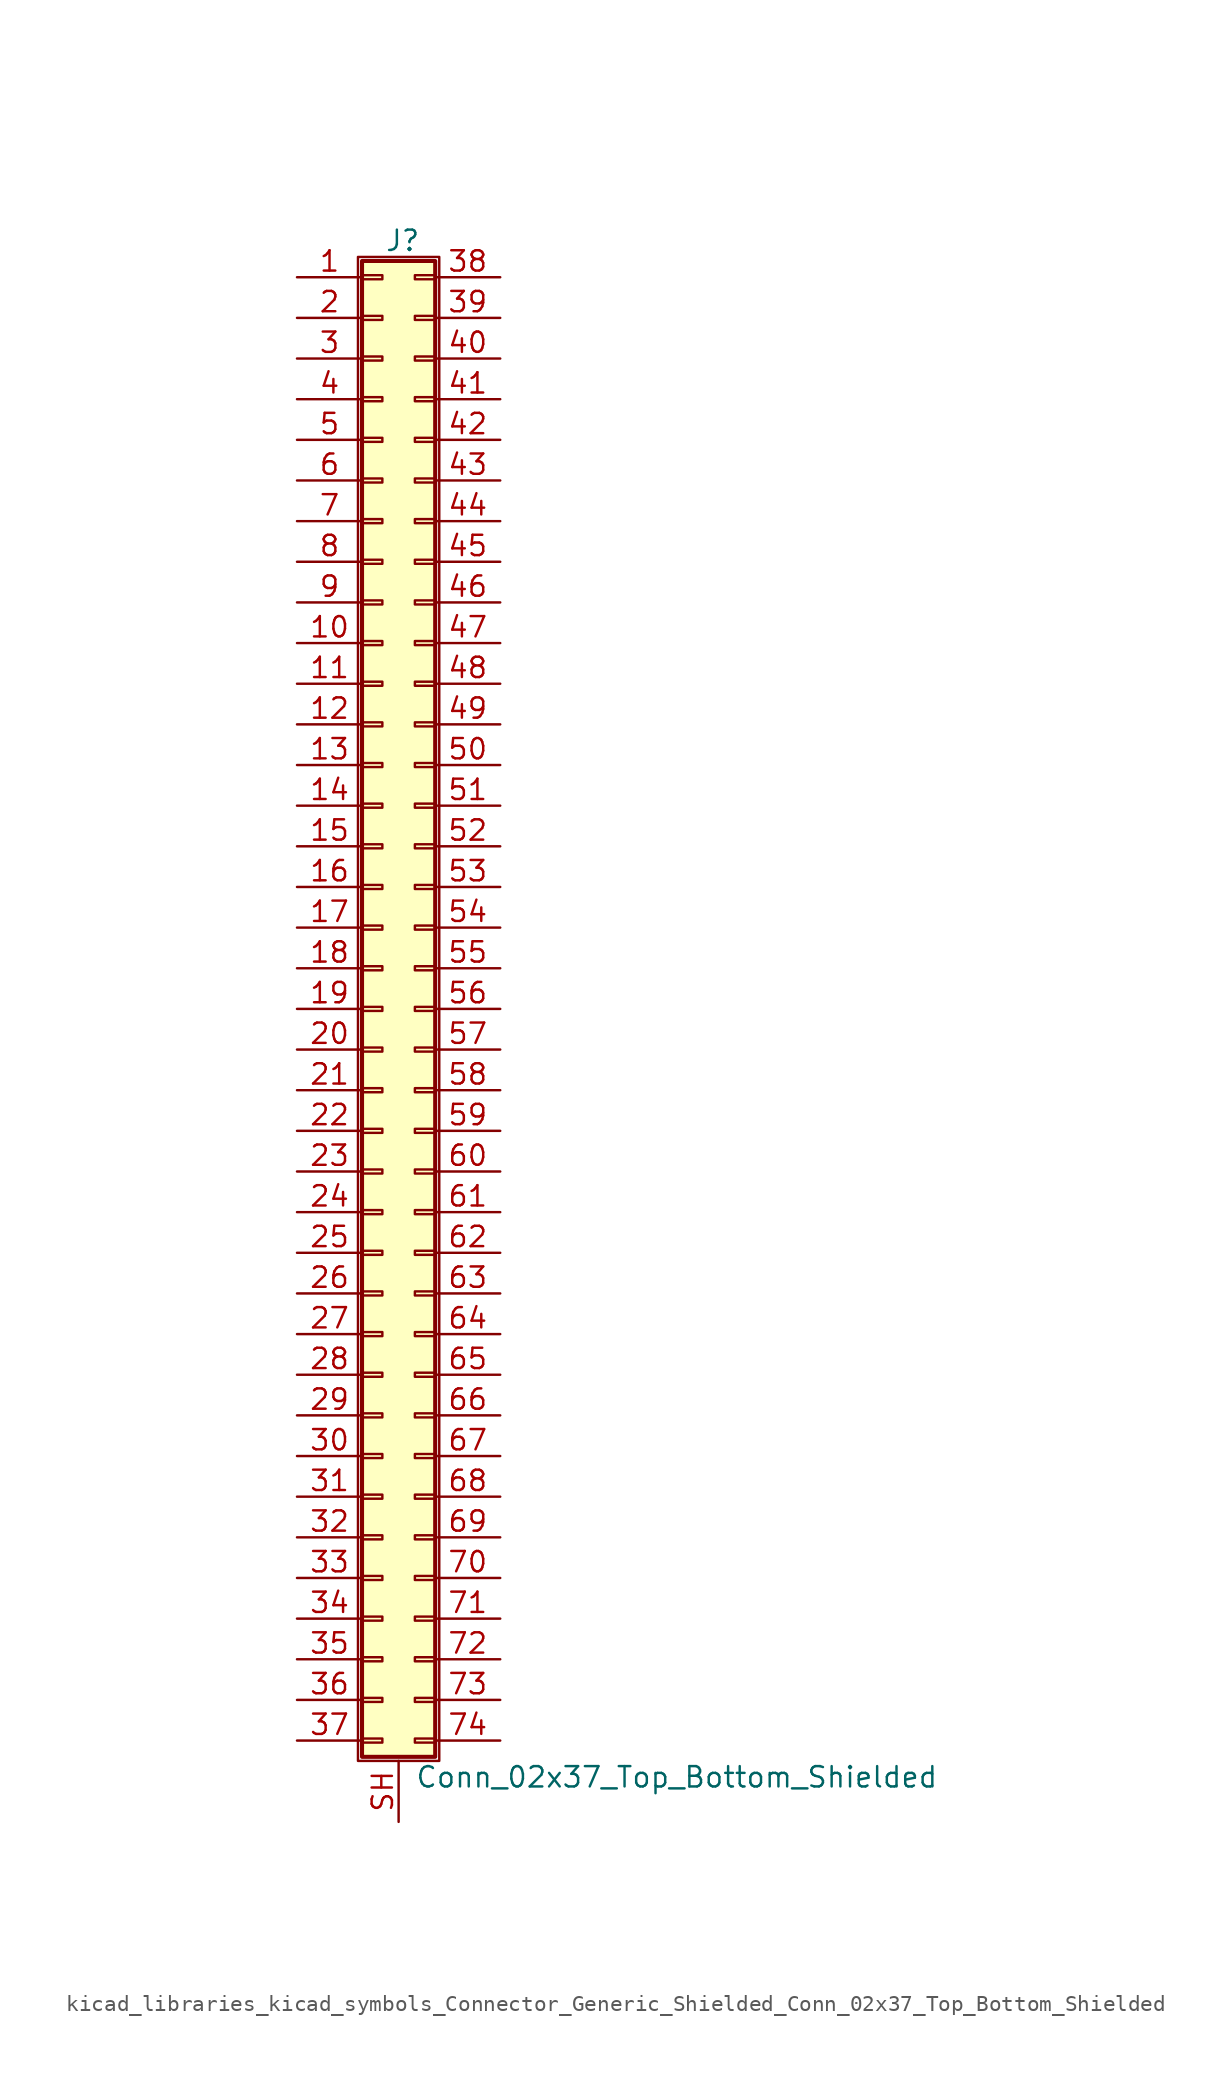
<source format=kicad_sym>
(kicad_symbol_lib
  (version 20220914)
  (generator kicad_symbol_editor)
  (symbol "kicad_libraries_kicad_symbols_Connector_Generic_Shielded_Conn_02x37_Top_Bottom_Shielded"
    (pin_names
      (offset 1.016) hide)
    (property "Reference" "J"
      (at 1.524 48.006 0)
      (effects (font (size 1.27 1.27))))
    (property "Value" "Conn_02x37_Top_Bottom_Shielded"
      (at 2.286 -48.006 0)
      (effects (font (size 1.27 1.27)) (justify left)))
    (symbol "kicad_libraries_kicad_symbols_Connector_Generic_Shielded_Conn_02x37_Top_Bottom_Shielded_1_1"
      (rectangle (start -1.27 46.99) (end 3.81 -46.99) (stroke (width 0.152) (type default)) (fill (type none)))
      (rectangle (start -1.016 -45.593) (end 0.254 -45.847) (stroke (width 0.152) (type default)) (fill (type none)))
      (rectangle (start -1.016 -43.053) (end 0.254 -43.307) (stroke (width 0.152) (type default)) (fill (type none)))
      (rectangle (start -1.016 -40.513) (end 0.254 -40.767) (stroke (width 0.152) (type default)) (fill (type none)))
      (rectangle (start -1.016 -37.973) (end 0.254 -38.227) (stroke (width 0.152) (type default)) (fill (type none)))
      (rectangle (start -1.016 -35.433) (end 0.254 -35.687) (stroke (width 0.152) (type default)) (fill (type none)))
      (rectangle (start -1.016 -32.893) (end 0.254 -33.147) (stroke (width 0.152) (type default)) (fill (type none)))
      (rectangle (start -1.016 -30.353) (end 0.254 -30.607) (stroke (width 0.152) (type default)) (fill (type none)))
      (rectangle (start -1.016 -27.813) (end 0.254 -28.067) (stroke (width 0.152) (type default)) (fill (type none)))
      (rectangle (start -1.016 -25.273) (end 0.254 -25.527) (stroke (width 0.152) (type default)) (fill (type none)))
      (rectangle (start -1.016 -22.733) (end 0.254 -22.987) (stroke (width 0.152) (type default)) (fill (type none)))
      (rectangle (start -1.016 -20.193) (end 0.254 -20.447) (stroke (width 0.152) (type default)) (fill (type none)))
      (rectangle (start -1.016 -17.653) (end 0.254 -17.907) (stroke (width 0.152) (type default)) (fill (type none)))
      (rectangle (start -1.016 -15.113) (end 0.254 -15.367) (stroke (width 0.152) (type default)) (fill (type none)))
      (rectangle (start -1.016 -12.573) (end 0.254 -12.827) (stroke (width 0.152) (type default)) (fill (type none)))
      (rectangle (start -1.016 -10.033) (end 0.254 -10.287) (stroke (width 0.152) (type default)) (fill (type none)))
      (rectangle (start -1.016 -7.493) (end 0.254 -7.747) (stroke (width 0.152) (type default)) (fill (type none)))
      (rectangle (start -1.016 -4.953) (end 0.254 -5.207) (stroke (width 0.152) (type default)) (fill (type none)))
      (rectangle (start -1.016 -2.413) (end 0.254 -2.667) (stroke (width 0.152) (type default)) (fill (type none)))
      (rectangle (start -1.016 0.127) (end 0.254 -0.127) (stroke (width 0.152) (type default)) (fill (type none)))
      (rectangle (start -1.016 2.667) (end 0.254 2.413) (stroke (width 0.152) (type default)) (fill (type none)))
      (rectangle (start -1.016 5.207) (end 0.254 4.953) (stroke (width 0.152) (type default)) (fill (type none)))
      (rectangle (start -1.016 7.747) (end 0.254 7.493) (stroke (width 0.152) (type default)) (fill (type none)))
      (rectangle (start -1.016 10.287) (end 0.254 10.033) (stroke (width 0.152) (type default)) (fill (type none)))
      (rectangle (start -1.016 12.827) (end 0.254 12.573) (stroke (width 0.152) (type default)) (fill (type none)))
      (rectangle (start -1.016 15.367) (end 0.254 15.113) (stroke (width 0.152) (type default)) (fill (type none)))
      (rectangle (start -1.016 17.907) (end 0.254 17.653) (stroke (width 0.152) (type default)) (fill (type none)))
      (rectangle (start -1.016 20.447) (end 0.254 20.193) (stroke (width 0.152) (type default)) (fill (type none)))
      (rectangle (start -1.016 22.987) (end 0.254 22.733) (stroke (width 0.152) (type default)) (fill (type none)))
      (rectangle (start -1.016 25.527) (end 0.254 25.273) (stroke (width 0.152) (type default)) (fill (type none)))
      (rectangle (start -1.016 28.067) (end 0.254 27.813) (stroke (width 0.152) (type default)) (fill (type none)))
      (rectangle (start -1.016 30.607) (end 0.254 30.353) (stroke (width 0.152) (type default)) (fill (type none)))
      (rectangle (start -1.016 33.147) (end 0.254 32.893) (stroke (width 0.152) (type default)) (fill (type none)))
      (rectangle (start -1.016 35.687) (end 0.254 35.433) (stroke (width 0.152) (type default)) (fill (type none)))
      (rectangle (start -1.016 38.227) (end 0.254 37.973) (stroke (width 0.152) (type default)) (fill (type none)))
      (rectangle (start -1.016 40.767) (end 0.254 40.513) (stroke (width 0.152) (type default)) (fill (type none)))
      (rectangle (start -1.016 43.307) (end 0.254 43.053) (stroke (width 0.152) (type default)) (fill (type none)))
      (rectangle (start -1.016 45.847) (end 0.254 45.593) (stroke (width 0.152) (type default)) (fill (type none)))
      (rectangle (start -1.016 46.736) (end 3.556 -46.736) (stroke (width 0.254) (type default)) (fill (type background)))
      (rectangle (start 3.556 -45.593) (end 2.286 -45.847) (stroke (width 0.152) (type default)) (fill (type none)))
      (rectangle (start 3.556 -43.053) (end 2.286 -43.307) (stroke (width 0.152) (type default)) (fill (type none)))
      (rectangle (start 3.556 -40.513) (end 2.286 -40.767) (stroke (width 0.152) (type default)) (fill (type none)))
      (rectangle (start 3.556 -37.973) (end 2.286 -38.227) (stroke (width 0.152) (type default)) (fill (type none)))
      (rectangle (start 3.556 -35.433) (end 2.286 -35.687) (stroke (width 0.152) (type default)) (fill (type none)))
      (rectangle (start 3.556 -32.893) (end 2.286 -33.147) (stroke (width 0.152) (type default)) (fill (type none)))
      (rectangle (start 3.556 -30.353) (end 2.286 -30.607) (stroke (width 0.152) (type default)) (fill (type none)))
      (rectangle (start 3.556 -27.813) (end 2.286 -28.067) (stroke (width 0.152) (type default)) (fill (type none)))
      (rectangle (start 3.556 -25.273) (end 2.286 -25.527) (stroke (width 0.152) (type default)) (fill (type none)))
      (rectangle (start 3.556 -22.733) (end 2.286 -22.987) (stroke (width 0.152) (type default)) (fill (type none)))
      (rectangle (start 3.556 -20.193) (end 2.286 -20.447) (stroke (width 0.152) (type default)) (fill (type none)))
      (rectangle (start 3.556 -17.653) (end 2.286 -17.907) (stroke (width 0.152) (type default)) (fill (type none)))
      (rectangle (start 3.556 -15.113) (end 2.286 -15.367) (stroke (width 0.152) (type default)) (fill (type none)))
      (rectangle (start 3.556 -12.573) (end 2.286 -12.827) (stroke (width 0.152) (type default)) (fill (type none)))
      (rectangle (start 3.556 -10.033) (end 2.286 -10.287) (stroke (width 0.152) (type default)) (fill (type none)))
      (rectangle (start 3.556 -7.493) (end 2.286 -7.747) (stroke (width 0.152) (type default)) (fill (type none)))
      (rectangle (start 3.556 -4.953) (end 2.286 -5.207) (stroke (width 0.152) (type default)) (fill (type none)))
      (rectangle (start 3.556 -2.413) (end 2.286 -2.667) (stroke (width 0.152) (type default)) (fill (type none)))
      (rectangle (start 3.556 0.127) (end 2.286 -0.127) (stroke (width 0.152) (type default)) (fill (type none)))
      (rectangle (start 3.556 2.667) (end 2.286 2.413) (stroke (width 0.152) (type default)) (fill (type none)))
      (rectangle (start 3.556 5.207) (end 2.286 4.953) (stroke (width 0.152) (type default)) (fill (type none)))
      (rectangle (start 3.556 7.747) (end 2.286 7.493) (stroke (width 0.152) (type default)) (fill (type none)))
      (rectangle (start 3.556 10.287) (end 2.286 10.033) (stroke (width 0.152) (type default)) (fill (type none)))
      (rectangle (start 3.556 12.827) (end 2.286 12.573) (stroke (width 0.152) (type default)) (fill (type none)))
      (rectangle (start 3.556 15.367) (end 2.286 15.113) (stroke (width 0.152) (type default)) (fill (type none)))
      (rectangle (start 3.556 17.907) (end 2.286 17.653) (stroke (width 0.152) (type default)) (fill (type none)))
      (rectangle (start 3.556 20.447) (end 2.286 20.193) (stroke (width 0.152) (type default)) (fill (type none)))
      (rectangle (start 3.556 22.987) (end 2.286 22.733) (stroke (width 0.152) (type default)) (fill (type none)))
      (rectangle (start 3.556 25.527) (end 2.286 25.273) (stroke (width 0.152) (type default)) (fill (type none)))
      (rectangle (start 3.556 28.067) (end 2.286 27.813) (stroke (width 0.152) (type default)) (fill (type none)))
      (rectangle (start 3.556 30.607) (end 2.286 30.353) (stroke (width 0.152) (type default)) (fill (type none)))
      (rectangle (start 3.556 33.147) (end 2.286 32.893) (stroke (width 0.152) (type default)) (fill (type none)))
      (rectangle (start 3.556 35.687) (end 2.286 35.433) (stroke (width 0.152) (type default)) (fill (type none)))
      (rectangle (start 3.556 38.227) (end 2.286 37.973) (stroke (width 0.152) (type default)) (fill (type none)))
      (rectangle (start 3.556 40.767) (end 2.286 40.513) (stroke (width 0.152) (type default)) (fill (type none)))
      (rectangle (start 3.556 43.307) (end 2.286 43.053) (stroke (width 0.152) (type default)) (fill (type none)))
      (rectangle (start 3.556 45.847) (end 2.286 45.593) (stroke (width 0.152) (type default)) (fill (type none)))
      (pin passive line (at -5.08 45.72 0) (length 4.064) (name "Pin_1" (effects (font (size 1.27 1.27)))) (number "1" (effects (font (size 1.27 1.27)))))
      (pin passive line (at -5.08 22.86 0) (length 4.064) (name "Pin_10" (effects (font (size 1.27 1.27)))) (number "10" (effects (font (size 1.27 1.27)))))
      (pin passive line (at -5.08 20.32 0) (length 4.064) (name "Pin_11" (effects (font (size 1.27 1.27)))) (number "11" (effects (font (size 1.27 1.27)))))
      (pin passive line (at -5.08 17.78 0) (length 4.064) (name "Pin_12" (effects (font (size 1.27 1.27)))) (number "12" (effects (font (size 1.27 1.27)))))
      (pin passive line (at -5.08 15.24 0) (length 4.064) (name "Pin_13" (effects (font (size 1.27 1.27)))) (number "13" (effects (font (size 1.27 1.27)))))
      (pin passive line (at -5.08 12.7 0) (length 4.064) (name "Pin_14" (effects (font (size 1.27 1.27)))) (number "14" (effects (font (size 1.27 1.27)))))
      (pin passive line (at -5.08 10.16 0) (length 4.064) (name "Pin_15" (effects (font (size 1.27 1.27)))) (number "15" (effects (font (size 1.27 1.27)))))
      (pin passive line (at -5.08 7.62 0) (length 4.064) (name "Pin_16" (effects (font (size 1.27 1.27)))) (number "16" (effects (font (size 1.27 1.27)))))
      (pin passive line (at -5.08 5.08 0) (length 4.064) (name "Pin_17" (effects (font (size 1.27 1.27)))) (number "17" (effects (font (size 1.27 1.27)))))
      (pin passive line (at -5.08 2.54 0) (length 4.064) (name "Pin_18" (effects (font (size 1.27 1.27)))) (number "18" (effects (font (size 1.27 1.27)))))
      (pin passive line (at -5.08 0 0) (length 4.064) (name "Pin_19" (effects (font (size 1.27 1.27)))) (number "19" (effects (font (size 1.27 1.27)))))
      (pin passive line (at -5.08 43.18 0) (length 4.064) (name "Pin_2" (effects (font (size 1.27 1.27)))) (number "2" (effects (font (size 1.27 1.27)))))
      (pin passive line (at -5.08 -2.54 0) (length 4.064) (name "Pin_20" (effects (font (size 1.27 1.27)))) (number "20" (effects (font (size 1.27 1.27)))))
      (pin passive line (at -5.08 -5.08 0) (length 4.064) (name "Pin_21" (effects (font (size 1.27 1.27)))) (number "21" (effects (font (size 1.27 1.27)))))
      (pin passive line (at -5.08 -7.62 0) (length 4.064) (name "Pin_22" (effects (font (size 1.27 1.27)))) (number "22" (effects (font (size 1.27 1.27)))))
      (pin passive line (at -5.08 -10.16 0) (length 4.064) (name "Pin_23" (effects (font (size 1.27 1.27)))) (number "23" (effects (font (size 1.27 1.27)))))
      (pin passive line (at -5.08 -12.7 0) (length 4.064) (name "Pin_24" (effects (font (size 1.27 1.27)))) (number "24" (effects (font (size 1.27 1.27)))))
      (pin passive line (at -5.08 -15.24 0) (length 4.064) (name "Pin_25" (effects (font (size 1.27 1.27)))) (number "25" (effects (font (size 1.27 1.27)))))
      (pin passive line (at -5.08 -17.78 0) (length 4.064) (name "Pin_26" (effects (font (size 1.27 1.27)))) (number "26" (effects (font (size 1.27 1.27)))))
      (pin passive line (at -5.08 -20.32 0) (length 4.064) (name "Pin_27" (effects (font (size 1.27 1.27)))) (number "27" (effects (font (size 1.27 1.27)))))
      (pin passive line (at -5.08 -22.86 0) (length 4.064) (name "Pin_28" (effects (font (size 1.27 1.27)))) (number "28" (effects (font (size 1.27 1.27)))))
      (pin passive line (at -5.08 -25.4 0) (length 4.064) (name "Pin_29" (effects (font (size 1.27 1.27)))) (number "29" (effects (font (size 1.27 1.27)))))
      (pin passive line (at -5.08 40.64 0) (length 4.064) (name "Pin_3" (effects (font (size 1.27 1.27)))) (number "3" (effects (font (size 1.27 1.27)))))
      (pin passive line (at -5.08 -27.94 0) (length 4.064) (name "Pin_30" (effects (font (size 1.27 1.27)))) (number "30" (effects (font (size 1.27 1.27)))))
      (pin passive line (at -5.08 -30.48 0) (length 4.064) (name "Pin_31" (effects (font (size 1.27 1.27)))) (number "31" (effects (font (size 1.27 1.27)))))
      (pin passive line (at -5.08 -33.02 0) (length 4.064) (name "Pin_32" (effects (font (size 1.27 1.27)))) (number "32" (effects (font (size 1.27 1.27)))))
      (pin passive line (at -5.08 -35.56 0) (length 4.064) (name "Pin_33" (effects (font (size 1.27 1.27)))) (number "33" (effects (font (size 1.27 1.27)))))
      (pin passive line (at -5.08 -38.1 0) (length 4.064) (name "Pin_34" (effects (font (size 1.27 1.27)))) (number "34" (effects (font (size 1.27 1.27)))))
      (pin passive line (at -5.08 -40.64 0) (length 4.064) (name "Pin_35" (effects (font (size 1.27 1.27)))) (number "35" (effects (font (size 1.27 1.27)))))
      (pin passive line (at -5.08 -43.18 0) (length 4.064) (name "Pin_36" (effects (font (size 1.27 1.27)))) (number "36" (effects (font (size 1.27 1.27)))))
      (pin passive line (at -5.08 -45.72 0) (length 4.064) (name "Pin_37" (effects (font (size 1.27 1.27)))) (number "37" (effects (font (size 1.27 1.27)))))
      (pin passive line (at 7.62 45.72 180) (length 4.064) (name "Pin_38" (effects (font (size 1.27 1.27)))) (number "38" (effects (font (size 1.27 1.27)))))
      (pin passive line (at 7.62 43.18 180) (length 4.064) (name "Pin_39" (effects (font (size 1.27 1.27)))) (number "39" (effects (font (size 1.27 1.27)))))
      (pin passive line (at -5.08 38.1 0) (length 4.064) (name "Pin_4" (effects (font (size 1.27 1.27)))) (number "4" (effects (font (size 1.27 1.27)))))
      (pin passive line (at 7.62 40.64 180) (length 4.064) (name "Pin_40" (effects (font (size 1.27 1.27)))) (number "40" (effects (font (size 1.27 1.27)))))
      (pin passive line (at 7.62 38.1 180) (length 4.064) (name "Pin_41" (effects (font (size 1.27 1.27)))) (number "41" (effects (font (size 1.27 1.27)))))
      (pin passive line (at 7.62 35.56 180) (length 4.064) (name "Pin_42" (effects (font (size 1.27 1.27)))) (number "42" (effects (font (size 1.27 1.27)))))
      (pin passive line (at 7.62 33.02 180) (length 4.064) (name "Pin_43" (effects (font (size 1.27 1.27)))) (number "43" (effects (font (size 1.27 1.27)))))
      (pin passive line (at 7.62 30.48 180) (length 4.064) (name "Pin_44" (effects (font (size 1.27 1.27)))) (number "44" (effects (font (size 1.27 1.27)))))
      (pin passive line (at 7.62 27.94 180) (length 4.064) (name "Pin_45" (effects (font (size 1.27 1.27)))) (number "45" (effects (font (size 1.27 1.27)))))
      (pin passive line (at 7.62 25.4 180) (length 4.064) (name "Pin_46" (effects (font (size 1.27 1.27)))) (number "46" (effects (font (size 1.27 1.27)))))
      (pin passive line (at 7.62 22.86 180) (length 4.064) (name "Pin_47" (effects (font (size 1.27 1.27)))) (number "47" (effects (font (size 1.27 1.27)))))
      (pin passive line (at 7.62 20.32 180) (length 4.064) (name "Pin_48" (effects (font (size 1.27 1.27)))) (number "48" (effects (font (size 1.27 1.27)))))
      (pin passive line (at 7.62 17.78 180) (length 4.064) (name "Pin_49" (effects (font (size 1.27 1.27)))) (number "49" (effects (font (size 1.27 1.27)))))
      (pin passive line (at -5.08 35.56 0) (length 4.064) (name "Pin_5" (effects (font (size 1.27 1.27)))) (number "5" (effects (font (size 1.27 1.27)))))
      (pin passive line (at 7.62 15.24 180) (length 4.064) (name "Pin_50" (effects (font (size 1.27 1.27)))) (number "50" (effects (font (size 1.27 1.27)))))
      (pin passive line (at 7.62 12.7 180) (length 4.064) (name "Pin_51" (effects (font (size 1.27 1.27)))) (number "51" (effects (font (size 1.27 1.27)))))
      (pin passive line (at 7.62 10.16 180) (length 4.064) (name "Pin_52" (effects (font (size 1.27 1.27)))) (number "52" (effects (font (size 1.27 1.27)))))
      (pin passive line (at 7.62 7.62 180) (length 4.064) (name "Pin_53" (effects (font (size 1.27 1.27)))) (number "53" (effects (font (size 1.27 1.27)))))
      (pin passive line (at 7.62 5.08 180) (length 4.064) (name "Pin_54" (effects (font (size 1.27 1.27)))) (number "54" (effects (font (size 1.27 1.27)))))
      (pin passive line (at 7.62 2.54 180) (length 4.064) (name "Pin_55" (effects (font (size 1.27 1.27)))) (number "55" (effects (font (size 1.27 1.27)))))
      (pin passive line (at 7.62 0 180) (length 4.064) (name "Pin_56" (effects (font (size 1.27 1.27)))) (number "56" (effects (font (size 1.27 1.27)))))
      (pin passive line (at 7.62 -2.54 180) (length 4.064) (name "Pin_57" (effects (font (size 1.27 1.27)))) (number "57" (effects (font (size 1.27 1.27)))))
      (pin passive line (at 7.62 -5.08 180) (length 4.064) (name "Pin_58" (effects (font (size 1.27 1.27)))) (number "58" (effects (font (size 1.27 1.27)))))
      (pin passive line (at 7.62 -7.62 180) (length 4.064) (name "Pin_59" (effects (font (size 1.27 1.27)))) (number "59" (effects (font (size 1.27 1.27)))))
      (pin passive line (at -5.08 33.02 0) (length 4.064) (name "Pin_6" (effects (font (size 1.27 1.27)))) (number "6" (effects (font (size 1.27 1.27)))))
      (pin passive line (at 7.62 -10.16 180) (length 4.064) (name "Pin_60" (effects (font (size 1.27 1.27)))) (number "60" (effects (font (size 1.27 1.27)))))
      (pin passive line (at 7.62 -12.7 180) (length 4.064) (name "Pin_61" (effects (font (size 1.27 1.27)))) (number "61" (effects (font (size 1.27 1.27)))))
      (pin passive line (at 7.62 -15.24 180) (length 4.064) (name "Pin_62" (effects (font (size 1.27 1.27)))) (number "62" (effects (font (size 1.27 1.27)))))
      (pin passive line (at 7.62 -17.78 180) (length 4.064) (name "Pin_63" (effects (font (size 1.27 1.27)))) (number "63" (effects (font (size 1.27 1.27)))))
      (pin passive line (at 7.62 -20.32 180) (length 4.064) (name "Pin_64" (effects (font (size 1.27 1.27)))) (number "64" (effects (font (size 1.27 1.27)))))
      (pin passive line (at 7.62 -22.86 180) (length 4.064) (name "Pin_65" (effects (font (size 1.27 1.27)))) (number "65" (effects (font (size 1.27 1.27)))))
      (pin passive line (at 7.62 -25.4 180) (length 4.064) (name "Pin_66" (effects (font (size 1.27 1.27)))) (number "66" (effects (font (size 1.27 1.27)))))
      (pin passive line (at 7.62 -27.94 180) (length 4.064) (name "Pin_67" (effects (font (size 1.27 1.27)))) (number "67" (effects (font (size 1.27 1.27)))))
      (pin passive line (at 7.62 -30.48 180) (length 4.064) (name "Pin_68" (effects (font (size 1.27 1.27)))) (number "68" (effects (font (size 1.27 1.27)))))
      (pin passive line (at 7.62 -33.02 180) (length 4.064) (name "Pin_69" (effects (font (size 1.27 1.27)))) (number "69" (effects (font (size 1.27 1.27)))))
      (pin passive line (at -5.08 30.48 0) (length 4.064) (name "Pin_7" (effects (font (size 1.27 1.27)))) (number "7" (effects (font (size 1.27 1.27)))))
      (pin passive line (at 7.62 -35.56 180) (length 4.064) (name "Pin_70" (effects (font (size 1.27 1.27)))) (number "70" (effects (font (size 1.27 1.27)))))
      (pin passive line (at 7.62 -38.1 180) (length 4.064) (name "Pin_71" (effects (font (size 1.27 1.27)))) (number "71" (effects (font (size 1.27 1.27)))))
      (pin passive line (at 7.62 -40.64 180) (length 4.064) (name "Pin_72" (effects (font (size 1.27 1.27)))) (number "72" (effects (font (size 1.27 1.27)))))
      (pin passive line (at 7.62 -43.18 180) (length 4.064) (name "Pin_73" (effects (font (size 1.27 1.27)))) (number "73" (effects (font (size 1.27 1.27)))))
      (pin passive line (at 7.62 -45.72 180) (length 4.064) (name "Pin_74" (effects (font (size 1.27 1.27)))) (number "74" (effects (font (size 1.27 1.27)))))
      (pin passive line (at -5.08 27.94 0) (length 4.064) (name "Pin_8" (effects (font (size 1.27 1.27)))) (number "8" (effects (font (size 1.27 1.27)))))
      (pin passive line (at -5.08 25.4 0) (length 4.064) (name "Pin_9" (effects (font (size 1.27 1.27)))) (number "9" (effects (font (size 1.27 1.27)))))
      (pin passive line (at 1.27 -50.8 90) (length 3.81) (name "Shield" (effects (font (size 1.27 1.27)))) (number "SH" (effects (font (size 1.27 1.27))))))))
</source>
